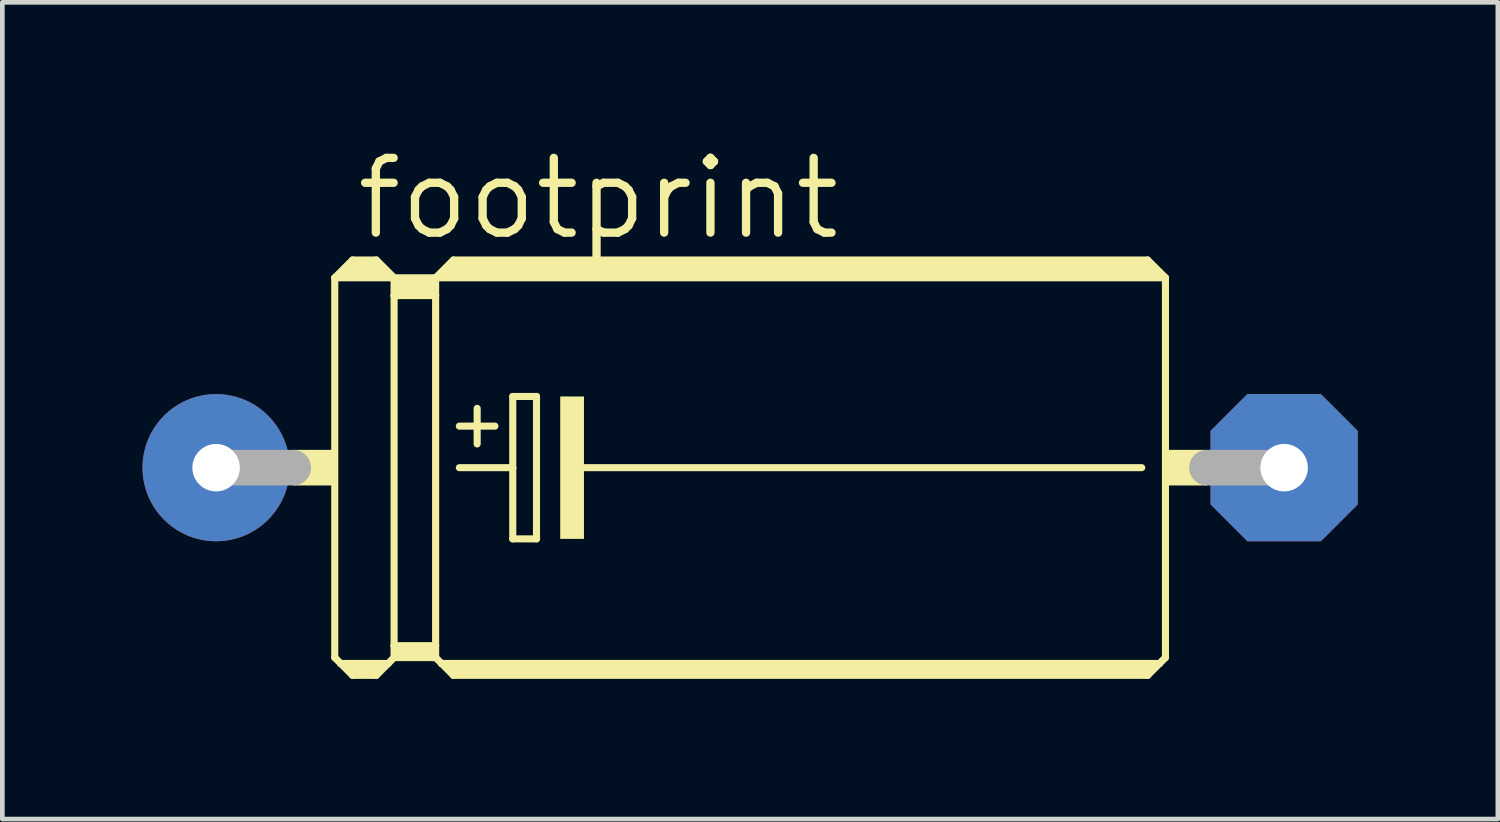
<source format=kicad_pcb>
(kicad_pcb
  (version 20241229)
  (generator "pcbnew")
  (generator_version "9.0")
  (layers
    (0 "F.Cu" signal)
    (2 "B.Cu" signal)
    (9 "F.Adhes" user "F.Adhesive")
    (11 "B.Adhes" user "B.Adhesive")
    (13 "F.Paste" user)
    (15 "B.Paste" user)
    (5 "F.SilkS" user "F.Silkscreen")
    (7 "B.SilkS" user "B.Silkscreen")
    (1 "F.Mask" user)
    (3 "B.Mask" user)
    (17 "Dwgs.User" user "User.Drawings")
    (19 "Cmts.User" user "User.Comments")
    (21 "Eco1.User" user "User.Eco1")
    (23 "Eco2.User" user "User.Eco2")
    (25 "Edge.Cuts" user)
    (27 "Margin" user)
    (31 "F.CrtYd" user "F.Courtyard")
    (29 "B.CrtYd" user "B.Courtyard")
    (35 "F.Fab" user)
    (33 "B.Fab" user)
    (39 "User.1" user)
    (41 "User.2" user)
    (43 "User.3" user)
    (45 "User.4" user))
  (footprint "footprint"
    (layer "F.Cu")
    (at 13.005 6.96)
    (property "Reference" "footprint" (at -8.509 -4.826 0) (layer "F.SilkS") (effects (font (size 1.6 1.6) (thickness 0.178)) (justify left bottom)))
    (fp_line (start -8.89 -4.064) (end -8.89 4.064) (stroke (width 0.152) (type solid)) (layer "F.SilkS"))
    (fp_line (start -8.89 -4.064) (end -8.509 -4.445) (stroke (width 0.152) (type solid)) (layer "F.SilkS"))
    (fp_line (start -8.89 -4.064) (end -7.62 -4.064) (stroke (width 0.152) (type solid)) (layer "F.SilkS"))
    (fp_line (start -8.89 4.064) (end -8.763 4.191) (stroke (width 0.152) (type solid)) (layer "F.SilkS"))
    (fp_line (start -8.763 4.191) (end -8.509 4.445) (stroke (width 0.152) (type solid)) (layer "F.SilkS"))
    (fp_line (start -8.763 4.191) (end -7.747 4.191) (stroke (width 0.152) (type solid)) (layer "F.SilkS"))
    (fp_line (start -8.636 -4.191) (end -7.874 -4.191) (stroke (width 0.305) (type solid)) (layer "F.SilkS"))
    (fp_line (start -8.509 -4.445) (end -8.001 -4.445) (stroke (width 0.152) (type solid)) (layer "F.SilkS"))
    (fp_line (start -8.509 -4.318) (end -8.001 -4.318) (stroke (width 0.305) (type solid)) (layer "F.SilkS"))
    (fp_line (start -8.509 4.318) (end -8.001 4.318) (stroke (width 0.254) (type solid)) (layer "F.SilkS"))
    (fp_line (start -8.509 4.445) (end -8.001 4.445) (stroke (width 0.152) (type solid)) (layer "F.SilkS"))
    (fp_line (start -7.747 4.191) (end -8.001 4.445) (stroke (width 0.152) (type solid)) (layer "F.SilkS"))
    (fp_line (start -7.62 -4.064) (end -8.001 -4.445) (stroke (width 0.152) (type solid)) (layer "F.SilkS"))
    (fp_line (start -7.62 -4.064) (end -7.62 -3.683) (stroke (width 0.152) (type solid)) (layer "F.SilkS"))
    (fp_line (start -7.62 -4.064) (end -6.731 -4.064) (stroke (width 0.152) (type solid)) (layer "F.SilkS"))
    (fp_line (start -7.62 -3.683) (end -6.731 -3.683) (stroke (width 0.152) (type solid)) (layer "F.SilkS"))
    (fp_line (start -7.62 3.81) (end -7.62 -3.683) (stroke (width 0.152) (type solid)) (layer "F.SilkS"))
    (fp_line (start -7.62 3.81) (end -6.731 3.81) (stroke (width 0.152) (type solid)) (layer "F.SilkS"))
    (fp_line (start -7.62 4.064) (end -7.747 4.191) (stroke (width 0.152) (type solid)) (layer "F.SilkS"))
    (fp_line (start -7.62 4.064) (end -7.62 3.81) (stroke (width 0.152) (type solid)) (layer "F.SilkS"))
    (fp_line (start -7.62 4.064) (end -6.731 4.064) (stroke (width 0.152) (type solid)) (layer "F.SilkS"))
    (fp_line (start -7.493 -3.937) (end -6.858 -3.937) (stroke (width 0.305) (type solid)) (layer "F.SilkS"))
    (fp_line (start -7.493 -3.81) (end -6.858 -3.81) (stroke (width 0.305) (type solid)) (layer "F.SilkS"))
    (fp_line (start -7.493 3.937) (end -6.858 3.937) (stroke (width 0.254) (type solid)) (layer "F.SilkS"))
    (fp_line (start -6.731 -4.064) (end -6.731 -3.683) (stroke (width 0.152) (type solid)) (layer "F.SilkS"))
    (fp_line (start -6.731 -4.064) (end 8.89 -4.064) (stroke (width 0.152) (type solid)) (layer "F.SilkS"))
    (fp_line (start -6.731 -3.683) (end -6.731 3.81) (stroke (width 0.152) (type solid)) (layer "F.SilkS"))
    (fp_line (start -6.731 3.81) (end -6.731 4.064) (stroke (width 0.152) (type solid)) (layer "F.SilkS"))
    (fp_line (start -6.604 4.191) (end -6.731 4.064) (stroke (width 0.152) (type solid)) (layer "F.SilkS"))
    (fp_line (start -6.604 4.191) (end 8.763 4.191) (stroke (width 0.152) (type solid)) (layer "F.SilkS"))
    (fp_line (start -6.477 -4.191) (end 8.636 -4.191) (stroke (width 0.305) (type solid)) (layer "F.SilkS"))
    (fp_line (start -6.35 -4.445) (end -6.731 -4.064) (stroke (width 0.152) (type solid)) (layer "F.SilkS"))
    (fp_line (start -6.35 -4.445) (end 8.509 -4.445) (stroke (width 0.152) (type solid)) (layer "F.SilkS"))
    (fp_line (start -6.35 -4.318) (end 8.509 -4.318) (stroke (width 0.305) (type solid)) (layer "F.SilkS"))
    (fp_line (start -6.35 4.318) (end 8.509 4.318) (stroke (width 0.254) (type solid)) (layer "F.SilkS"))
    (fp_line (start -6.35 4.445) (end -6.604 4.191) (stroke (width 0.152) (type solid)) (layer "F.SilkS"))
    (fp_line (start -6.35 4.445) (end 8.509 4.445) (stroke (width 0.152) (type solid)) (layer "F.SilkS"))
    (fp_line (start -6.223 -0.889) (end -5.461 -0.889) (stroke (width 0.152) (type solid)) (layer "F.SilkS"))
    (fp_line (start -6.223 0) (end -5.08 0) (stroke (width 0.152) (type solid)) (layer "F.SilkS"))
    (fp_line (start -5.842 -1.27) (end -5.842 -0.508) (stroke (width 0.152) (type solid)) (layer "F.SilkS"))
    (fp_line (start -5.08 -1.524) (end -5.08 0) (stroke (width 0.152) (type solid)) (layer "F.SilkS"))
    (fp_line (start -5.08 0) (end -5.08 1.524) (stroke (width 0.152) (type solid)) (layer "F.SilkS"))
    (fp_line (start -5.08 1.524) (end -4.572 1.524) (stroke (width 0.152) (type solid)) (layer "F.SilkS"))
    (fp_line (start -4.572 -1.524) (end -5.08 -1.524) (stroke (width 0.152) (type solid)) (layer "F.SilkS"))
    (fp_line (start -4.572 1.524) (end -4.572 -1.524) (stroke (width 0.152) (type solid)) (layer "F.SilkS"))
    (fp_line (start -3.683 0) (end 8.382 0) (stroke (width 0.152) (type solid)) (layer "F.SilkS"))
    (fp_line (start 8.509 -4.445) (end 8.89 -4.064) (stroke (width 0.152) (type solid)) (layer "F.SilkS"))
    (fp_line (start 8.509 4.445) (end 8.763 4.191) (stroke (width 0.152) (type solid)) (layer "F.SilkS"))
    (fp_line (start 8.763 4.191) (end 8.89 4.064) (stroke (width 0.152) (type solid)) (layer "F.SilkS"))
    (fp_line (start 8.89 -4.064) (end 8.89 4.064) (stroke (width 0.152) (type solid)) (layer "F.SilkS"))
    (fp_poly (pts (xy -9.779 0.381) (xy -8.89 0.381) (xy -8.89 -0.381) (xy -9.779 -0.381)) (stroke (width 0) (type solid)) (fill yes) (layer "F.SilkS"))
    (fp_poly (pts (xy -4.064 1.524) (xy -3.556 1.524) (xy -3.556 -1.524) (xy -4.064 -1.524)) (stroke (width 0) (type solid)) (fill yes) (layer "F.SilkS"))
    (fp_poly (pts (xy 8.89 0.381) (xy 9.779 0.381) (xy 9.779 -0.381) (xy 8.89 -0.381)) (stroke (width 0) (type solid)) (fill yes) (layer "F.SilkS"))
    (fp_line (start -11.43 0) (end -9.779 0) (stroke (width 0.762) (type solid)) (layer "F.Fab"))
    (fp_line (start 11.43 0) (end 9.779 0) (stroke (width 0.762) (type solid)) (layer "F.Fab"))
    (pad "+" thru_hole circle (at -11.43 0) (size 3.15 3.15) (drill 1.016) (layers "*.Cu" "*.Mask"))
    (pad "-" thru_hole roundrect (at 11.43 0) (size 3.15 3.15) (drill 1.016) (layers "*.Cu" "*.Mask") (roundrect_rratio 0.25) (chamfer_ratio 0.25) (chamfer top_left top_right bottom_left bottom_right)))
  (gr_rect
    (start -3 -3)
    (end 29.01 14.481)
    (stroke (width 0.1) (type default))
    (fill no)
    (layer "Edge.Cuts")))
</source>
